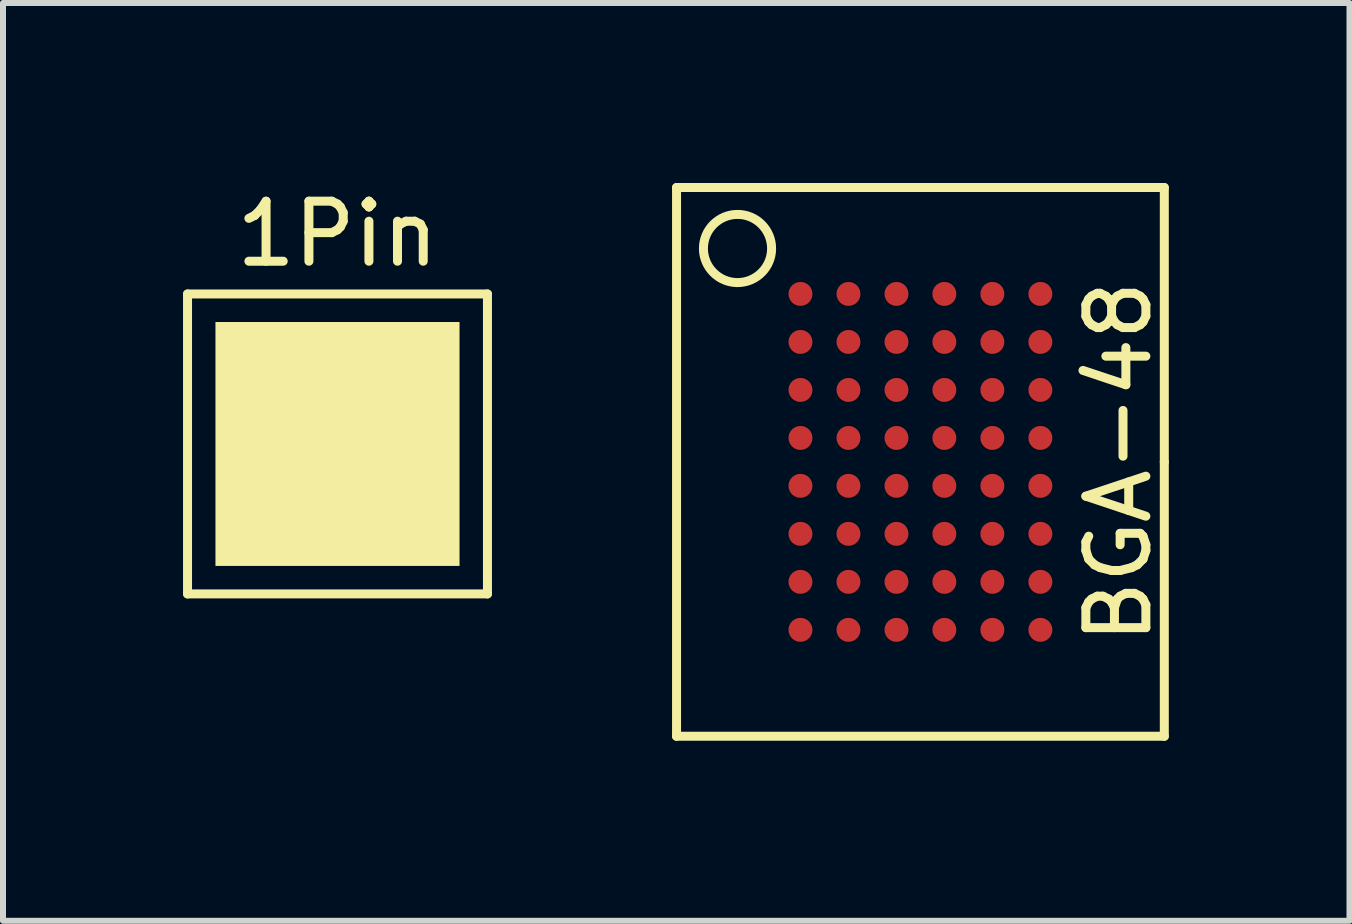
<source format=kicad_pcb>
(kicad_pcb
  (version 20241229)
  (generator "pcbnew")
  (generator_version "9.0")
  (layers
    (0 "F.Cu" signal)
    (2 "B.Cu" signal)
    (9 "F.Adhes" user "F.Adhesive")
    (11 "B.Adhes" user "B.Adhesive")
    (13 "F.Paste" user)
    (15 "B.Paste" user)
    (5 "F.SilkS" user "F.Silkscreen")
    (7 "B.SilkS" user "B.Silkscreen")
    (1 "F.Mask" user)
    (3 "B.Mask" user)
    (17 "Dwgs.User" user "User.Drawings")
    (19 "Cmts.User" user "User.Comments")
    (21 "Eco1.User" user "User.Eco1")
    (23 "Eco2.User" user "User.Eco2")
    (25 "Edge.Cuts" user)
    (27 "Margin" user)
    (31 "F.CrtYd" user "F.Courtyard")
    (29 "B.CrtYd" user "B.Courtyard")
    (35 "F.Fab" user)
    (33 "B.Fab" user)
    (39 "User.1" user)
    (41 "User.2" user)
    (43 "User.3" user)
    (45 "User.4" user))
  (footprint "1Pin"
    (layer "F.Cu")
    (at 2.574 4.348)
    (property "Reference" "1Pin" (at 0 -3.5 0) (layer "F.SilkS") (effects (font (size 1 1) (thickness 0.15))))
    (attr through_hole)
    (fp_line (start -2.499 -2.499) (end 2.499 -2.499) (stroke (width 0.15) (type solid)) (layer "F.SilkS"))
    (fp_line (start -2.499 2.499) (end -2.499 -2.499) (stroke (width 0.15) (type solid)) (layer "F.SilkS"))
    (fp_line (start 2.499 -2.499) (end 2.499 2.499) (stroke (width 0.15) (type solid)) (layer "F.SilkS"))
    (fp_line (start 2.499 2.499) (end -2.499 2.499) (stroke (width 0.15) (type solid)) (layer "F.SilkS"))
    (pad "1" smd rect (at 0 0) (size 4.064 4.064) (layers "F.Cu" "F.Mask" "F.SilkS" "F.Paste")))
  (footprint "BGA-48"
    (layer "F.Cu")
    (at 12.288 4.647)
    (property "Reference" "BGA-48" (at 3.302 0 90) (layer "F.SilkS") (effects (font (size 1 1) (thickness 0.15))))
    (attr smd)
    (fp_line (start -4.064 -4.572) (end 4.064 -4.572) (stroke (width 0.15) (type solid)) (layer "F.SilkS"))
    (fp_line (start -4.064 4.572) (end -4.064 -4.572) (stroke (width 0.15) (type solid)) (layer "F.SilkS"))
    (fp_line (start 4.064 -4.572) (end 4.064 0) (stroke (width 0.15) (type solid)) (layer "F.SilkS"))
    (fp_line (start 4.064 0) (end 4.064 4.572) (stroke (width 0.15) (type solid)) (layer "F.SilkS"))
    (fp_line (start 4.064 4.572) (end -4.064 4.572) (stroke (width 0.15) (type solid)) (layer "F.SilkS"))
    (fp_circle (center -3.048 -3.556) (end -3.302 -4.064) (stroke (width 0.15) (type solid)) (fill no) (layer "F.SilkS"))
    (pad "A1" smd circle (at -1.999 -2.799) (size 0.399 0.399) (layers "F.Cu" "F.Mask" "F.Paste"))
    (pad "A2" smd circle (at -1.199 -2.799) (size 0.399 0.399) (layers "F.Cu" "F.Mask" "F.Paste"))
    (pad "A3" smd circle (at -0.399 -2.799) (size 0.399 0.399) (layers "F.Cu" "F.Mask" "F.Paste"))
    (pad "A4" smd circle (at 0.399 -2.799) (size 0.399 0.399) (layers "F.Cu" "F.Mask" "F.Paste"))
    (pad "A5" smd circle (at 1.199 -2.799) (size 0.399 0.399) (layers "F.Cu" "F.Mask" "F.Paste"))
    (pad "A6" smd circle (at 1.999 -2.799) (size 0.399 0.399) (layers "F.Cu" "F.Mask" "F.Paste"))
    (pad "B1" smd circle (at -1.999 -1.999) (size 0.399 0.399) (layers "F.Cu" "F.Mask" "F.Paste"))
    (pad "B2" smd circle (at -1.199 -1.999) (size 0.399 0.399) (layers "F.Cu" "F.Mask" "F.Paste"))
    (pad "B3" smd circle (at -0.399 -1.999) (size 0.399 0.399) (layers "F.Cu" "F.Mask" "F.Paste"))
    (pad "B4" smd circle (at 0.399 -1.999) (size 0.399 0.399) (layers "F.Cu" "F.Mask" "F.Paste"))
    (pad "B5" smd circle (at 1.199 -1.999) (size 0.399 0.399) (layers "F.Cu" "F.Mask" "F.Paste"))
    (pad "B6" smd circle (at 1.999 -1.999) (size 0.399 0.399) (layers "F.Cu" "F.Mask" "F.Paste"))
    (pad "C1" smd circle (at -1.999 -1.199) (size 0.399 0.399) (layers "F.Cu" "F.Mask" "F.Paste"))
    (pad "C2" smd circle (at -1.199 -1.199) (size 0.399 0.399) (layers "F.Cu" "F.Mask" "F.Paste"))
    (pad "C3" smd circle (at -0.399 -1.199) (size 0.399 0.399) (layers "F.Cu" "F.Mask" "F.Paste"))
    (pad "C4" smd circle (at 0.399 -1.199) (size 0.399 0.399) (layers "F.Cu" "F.Mask" "F.Paste"))
    (pad "C5" smd circle (at 1.199 -1.199) (size 0.399 0.399) (layers "F.Cu" "F.Mask" "F.Paste"))
    (pad "C6" smd circle (at 1.999 -1.199) (size 0.399 0.399) (layers "F.Cu" "F.Mask" "F.Paste"))
    (pad "D1" smd circle (at -1.999 -0.399) (size 0.399 0.399) (layers "F.Cu" "F.Mask" "F.Paste"))
    (pad "D2" smd circle (at -1.199 -0.399) (size 0.399 0.399) (layers "F.Cu" "F.Mask" "F.Paste"))
    (pad "D3" smd circle (at -0.399 -0.399) (size 0.399 0.399) (layers "F.Cu" "F.Mask" "F.Paste"))
    (pad "D4" smd circle (at 0.399 -0.399) (size 0.399 0.399) (layers "F.Cu" "F.Mask" "F.Paste"))
    (pad "D5" smd circle (at 1.199 -0.399) (size 0.399 0.399) (layers "F.Cu" "F.Mask" "F.Paste"))
    (pad "D6" smd circle (at 1.999 -0.399) (size 0.399 0.399) (layers "F.Cu" "F.Mask" "F.Paste"))
    (pad "E1" smd circle (at -1.999 0.399) (size 0.399 0.399) (layers "F.Cu" "F.Mask" "F.Paste"))
    (pad "E2" smd circle (at -1.199 0.399) (size 0.399 0.399) (layers "F.Cu" "F.Mask" "F.Paste"))
    (pad "E3" smd circle (at -0.399 0.399) (size 0.399 0.399) (layers "F.Cu" "F.Mask" "F.Paste"))
    (pad "E4" smd circle (at 0.399 0.399) (size 0.399 0.399) (layers "F.Cu" "F.Mask" "F.Paste"))
    (pad "E5" smd circle (at 1.199 0.399) (size 0.399 0.399) (layers "F.Cu" "F.Mask" "F.Paste"))
    (pad "E6" smd circle (at 1.999 0.399) (size 0.399 0.399) (layers "F.Cu" "F.Mask" "F.Paste"))
    (pad "F1" smd circle (at -1.999 1.199) (size 0.399 0.399) (layers "F.Cu" "F.Mask" "F.Paste"))
    (pad "F2" smd circle (at -1.199 1.199) (size 0.399 0.399) (layers "F.Cu" "F.Mask" "F.Paste"))
    (pad "F3" smd circle (at -0.399 1.199) (size 0.399 0.399) (layers "F.Cu" "F.Mask" "F.Paste"))
    (pad "F4" smd circle (at 0.399 1.199) (size 0.399 0.399) (layers "F.Cu" "F.Mask" "F.Paste"))
    (pad "F5" smd circle (at 1.199 1.199) (size 0.399 0.399) (layers "F.Cu" "F.Mask" "F.Paste"))
    (pad "F6" smd circle (at 1.999 1.199) (size 0.399 0.399) (layers "F.Cu" "F.Mask" "F.Paste"))
    (pad "G1" smd circle (at -1.999 1.999) (size 0.399 0.399) (layers "F.Cu" "F.Mask" "F.Paste"))
    (pad "G2" smd circle (at -1.199 1.999) (size 0.399 0.399) (layers "F.Cu" "F.Mask" "F.Paste"))
    (pad "G3" smd circle (at -0.399 1.999) (size 0.399 0.399) (layers "F.Cu" "F.Mask" "F.Paste"))
    (pad "G4" smd circle (at 0.399 1.999) (size 0.399 0.399) (layers "F.Cu" "F.Mask" "F.Paste"))
    (pad "G5" smd circle (at 1.199 1.999) (size 0.399 0.399) (layers "F.Cu" "F.Mask" "F.Paste"))
    (pad "G6" smd circle (at 1.999 1.999) (size 0.399 0.399) (layers "F.Cu" "F.Mask" "F.Paste"))
    (pad "H1" smd circle (at -1.999 2.799) (size 0.399 0.399) (layers "F.Cu" "F.Mask" "F.Paste"))
    (pad "H2" smd circle (at -1.199 2.799) (size 0.399 0.399) (layers "F.Cu" "F.Mask" "F.Paste"))
    (pad "H3" smd circle (at -0.399 2.799) (size 0.399 0.399) (layers "F.Cu" "F.Mask" "F.Paste"))
    (pad "H4" smd circle (at 0.399 2.799) (size 0.399 0.399) (layers "F.Cu" "F.Mask" "F.Paste"))
    (pad "H5" smd circle (at 1.199 2.799) (size 0.399 0.399) (layers "F.Cu" "F.Mask" "F.Paste"))
    (pad "H6" smd circle (at 1.999 2.799) (size 0.399 0.399) (layers "F.Cu" "F.Mask" "F.Paste")))
  (gr_rect
    (start -3 -3)
    (end 19.438 12.294)
    (stroke (width 0.1) (type default))
    (fill no)
    (layer "Edge.Cuts")))
</source>
